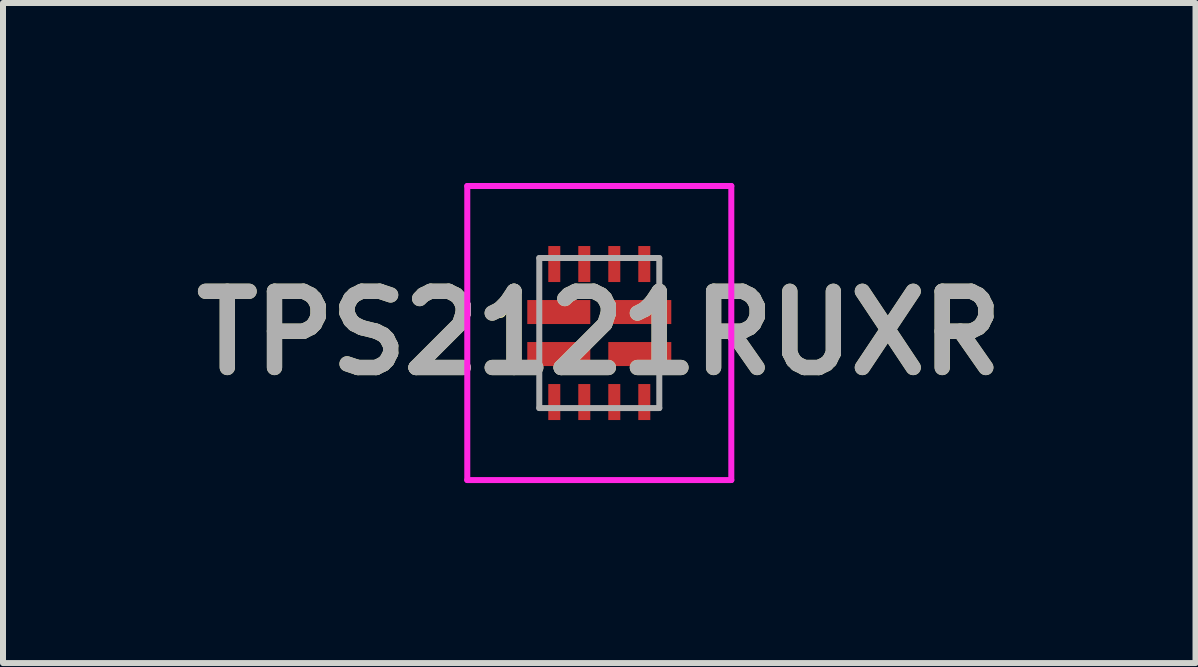
<source format=kicad_pcb>
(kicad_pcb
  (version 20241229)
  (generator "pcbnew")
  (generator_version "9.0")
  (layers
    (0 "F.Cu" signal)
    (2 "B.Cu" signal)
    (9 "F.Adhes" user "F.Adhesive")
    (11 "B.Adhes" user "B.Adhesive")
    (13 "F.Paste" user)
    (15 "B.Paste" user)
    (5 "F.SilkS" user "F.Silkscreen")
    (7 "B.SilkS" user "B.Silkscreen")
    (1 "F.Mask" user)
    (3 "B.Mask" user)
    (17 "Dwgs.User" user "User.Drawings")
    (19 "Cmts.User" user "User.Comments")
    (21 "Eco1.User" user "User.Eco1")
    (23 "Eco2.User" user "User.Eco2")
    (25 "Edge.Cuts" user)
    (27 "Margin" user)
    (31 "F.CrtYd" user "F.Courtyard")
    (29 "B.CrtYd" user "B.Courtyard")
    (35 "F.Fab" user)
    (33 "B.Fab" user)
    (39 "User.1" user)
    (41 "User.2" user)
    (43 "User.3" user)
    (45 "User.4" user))
  (footprint "TPS2121RUXR"
    (layer "F.Cu")
    (at 6.937 2.5)
    (property "Reference" "TPS2121RUXR" (at 0 0 0) (layer "F.SilkS") (effects (font (size 1.27 1.27) (thickness 0.254))))
    (attr smd)
    (fp_line (start -1.7 -0.35) (end -1.7 -0.35) (stroke (width 0.1) (type solid)) (layer "F.SilkS"))
    (fp_line (start -1.6 -0.35) (end -1.6 -0.35) (stroke (width 0.1) (type solid)) (layer "F.SilkS"))
    (fp_arc (start -1.7 -0.35) (mid -1.65 -0.4) (end -1.6 -0.35) (stroke (width 0.1) (type solid)) (layer "F.SilkS"))
    (fp_arc (start -1.6 -0.35) (mid -1.65 -0.3) (end -1.7 -0.35) (stroke (width 0.1) (type solid)) (layer "F.SilkS"))
    (fp_line (start -2.2 -2.45) (end 2.2 -2.45) (stroke (width 0.1) (type solid)) (layer "F.CrtYd"))
    (fp_line (start -2.2 2.45) (end -2.2 -2.45) (stroke (width 0.1) (type solid)) (layer "F.CrtYd"))
    (fp_line (start 2.2 -2.45) (end 2.2 2.45) (stroke (width 0.1) (type solid)) (layer "F.CrtYd"))
    (fp_line (start 2.2 2.45) (end -2.2 2.45) (stroke (width 0.1) (type solid)) (layer "F.CrtYd"))
    (fp_line (start -1 -1.25) (end 1 -1.25) (stroke (width 0.1) (type solid)) (layer "F.Fab"))
    (fp_line (start -1 1.25) (end -1 -1.25) (stroke (width 0.1) (type solid)) (layer "F.Fab"))
    (fp_line (start 1 -1.25) (end 1 1.25) (stroke (width 0.1) (type solid)) (layer "F.Fab"))
    (fp_line (start 1 1.25) (end -1 1.25) (stroke (width 0.1) (type solid)) (layer "F.Fab"))
    (fp_text user "${REFERENCE}" (at 0 0 0) (layer "F.Fab") (effects (font (size 1.27 1.27) (thickness 0.254))))
    (pad "1" smd rect (at -0.675 -0.35 90) (size 0.4 1.05) (layers "F.Cu" "F.Mask" "F.Paste"))
    (pad "2" smd rect (at -0.675 0.35 90) (size 0.4 1.05) (layers "F.Cu" "F.Mask" "F.Paste"))
    (pad "3" smd rect (at -0.75 1.15) (size 0.2 0.6) (layers "F.Cu" "F.Mask" "F.Paste"))
    (pad "4" smd rect (at -0.25 1.15) (size 0.2 0.6) (layers "F.Cu" "F.Mask" "F.Paste"))
    (pad "5" smd rect (at 0.25 1.15) (size 0.2 0.6) (layers "F.Cu" "F.Mask" "F.Paste"))
    (pad "6" smd rect (at 0.75 1.15) (size 0.2 0.6) (layers "F.Cu" "F.Mask" "F.Paste"))
    (pad "7" smd rect (at 0.675 0.35 90) (size 0.4 1.05) (layers "F.Cu" "F.Mask" "F.Paste"))
    (pad "8" smd rect (at 0.675 -0.35 90) (size 0.4 1.05) (layers "F.Cu" "F.Mask" "F.Paste"))
    (pad "9" smd rect (at 0.75 -1.15) (size 0.2 0.6) (layers "F.Cu" "F.Mask" "F.Paste"))
    (pad "10" smd rect (at 0.25 -1.15) (size 0.2 0.6) (layers "F.Cu" "F.Mask" "F.Paste"))
    (pad "11" smd rect (at -0.25 -1.15) (size 0.2 0.6) (layers "F.Cu" "F.Mask" "F.Paste"))
    (pad "12" smd rect (at -0.75 -1.15) (size 0.2 0.6) (layers "F.Cu" "F.Mask" "F.Paste")))
  (gr_rect
    (start -3 -3)
    (end 16.873 8)
    (stroke (width 0.1) (type default))
    (fill no)
    (layer "Edge.Cuts")))
</source>
